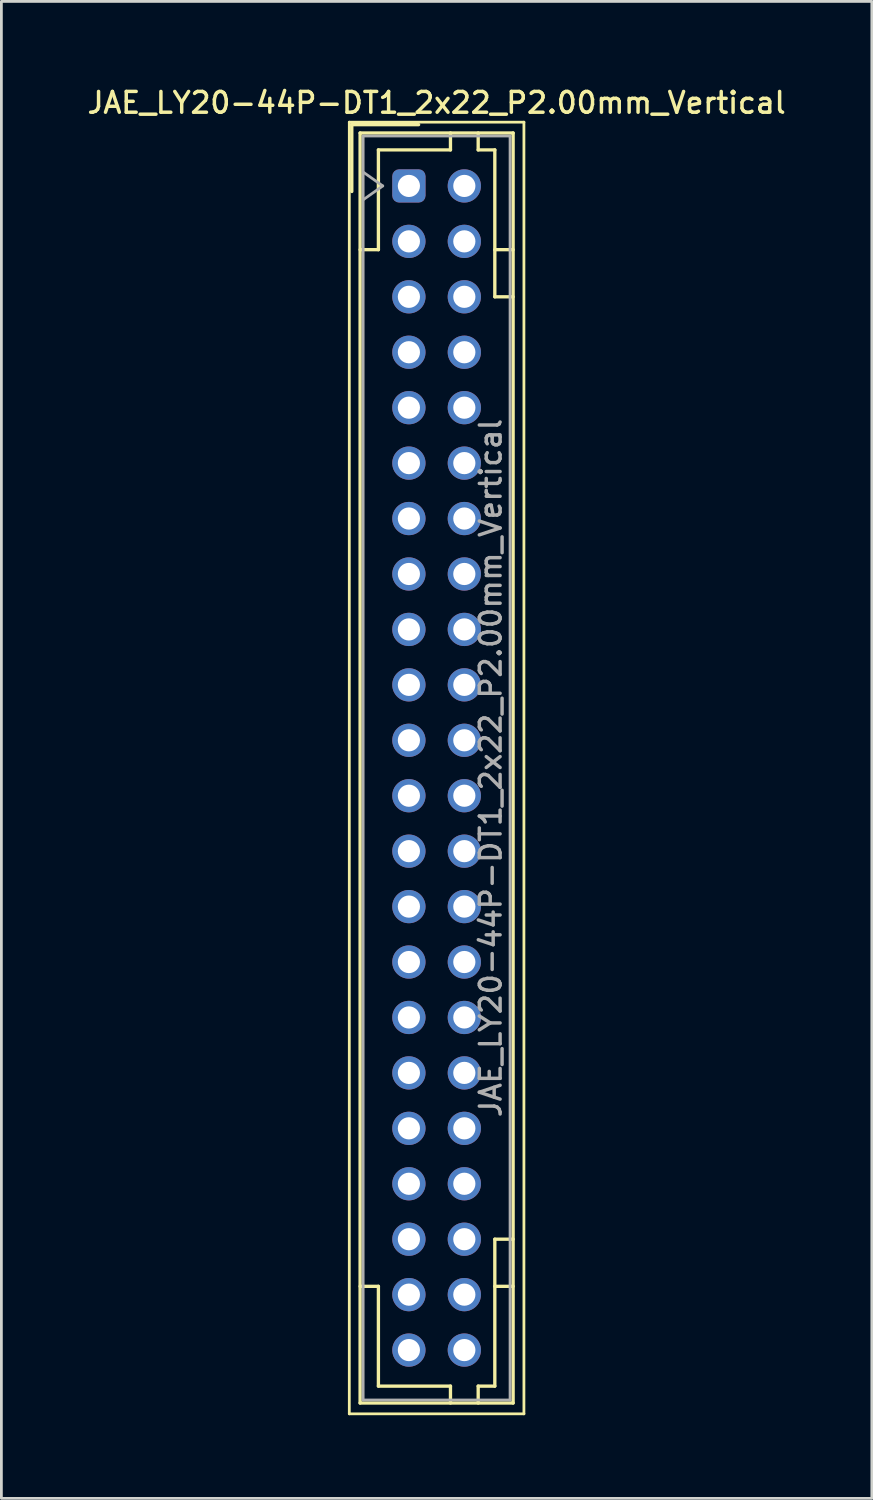
<source format=kicad_pcb>
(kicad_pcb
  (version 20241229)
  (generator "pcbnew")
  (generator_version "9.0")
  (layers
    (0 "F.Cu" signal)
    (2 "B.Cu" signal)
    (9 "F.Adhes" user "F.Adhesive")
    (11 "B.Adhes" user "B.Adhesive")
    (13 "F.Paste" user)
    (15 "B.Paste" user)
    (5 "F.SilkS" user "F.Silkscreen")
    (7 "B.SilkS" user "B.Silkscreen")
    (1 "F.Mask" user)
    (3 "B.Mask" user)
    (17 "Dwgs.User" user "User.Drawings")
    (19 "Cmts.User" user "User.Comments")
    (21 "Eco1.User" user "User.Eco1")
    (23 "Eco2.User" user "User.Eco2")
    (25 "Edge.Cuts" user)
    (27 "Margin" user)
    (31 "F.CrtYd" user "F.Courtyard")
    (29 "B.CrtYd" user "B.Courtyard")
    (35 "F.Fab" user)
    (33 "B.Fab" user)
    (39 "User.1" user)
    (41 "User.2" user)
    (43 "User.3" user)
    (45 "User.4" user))
  (footprint "JAE_LY20-44P-DT1_2x22_P2.00mm_Vertical"
    (layer "F.Cu")
    (at 11.702 3.658)
    (property "Reference" "JAE_LY20-44P-DT1_2x22_P2.00mm_Vertical" (at 1 -3 0) (layer "F.SilkS") (effects (font (size 0.75 0.75) (thickness 0.125))))
    (attr through_hole)
    (fp_line (start -2.15 -2.3) (end -2.15 44.3) (stroke (width 0.1) (type solid)) (layer "F.SilkS"))
    (fp_line (start -2.15 44.3) (end 4.15 44.3) (stroke (width 0.1) (type solid)) (layer "F.SilkS"))
    (fp_line (start -2.06 -2.21) (end -2.06 0.2) (stroke (width 0.12) (type solid)) (layer "F.SilkS"))
    (fp_line (start -1.76 -1.91) (end -1.76 43.91) (stroke (width 0.12) (type solid)) (layer "F.SilkS"))
    (fp_line (start -1.76 43.91) (end 3.76 43.91) (stroke (width 0.12) (type solid)) (layer "F.SilkS"))
    (fp_line (start -1.1 -1.3) (end -1.1 2.3) (stroke (width 0.12) (type solid)) (layer "F.SilkS"))
    (fp_line (start -1.1 2.3) (end -1.76 2.3) (stroke (width 0.12) (type solid)) (layer "F.SilkS"))
    (fp_line (start -1.1 39.7) (end -1.76 39.7) (stroke (width 0.12) (type solid)) (layer "F.SilkS"))
    (fp_line (start -1.1 43.3) (end -1.1 39.7) (stroke (width 0.12) (type solid)) (layer "F.SilkS"))
    (fp_line (start 0.35 -2.21) (end -2.06 -2.21) (stroke (width 0.12) (type solid)) (layer "F.SilkS"))
    (fp_line (start 1.5 -1.91) (end 1.5 -1.3) (stroke (width 0.12) (type solid)) (layer "F.SilkS"))
    (fp_line (start 1.5 -1.3) (end -1.1 -1.3) (stroke (width 0.12) (type solid)) (layer "F.SilkS"))
    (fp_line (start 1.5 43.3) (end -1.1 43.3) (stroke (width 0.12) (type solid)) (layer "F.SilkS"))
    (fp_line (start 1.5 43.91) (end 1.5 43.3) (stroke (width 0.12) (type solid)) (layer "F.SilkS"))
    (fp_line (start 2.5 -1.91) (end 2.5 -1.3) (stroke (width 0.12) (type solid)) (layer "F.SilkS"))
    (fp_line (start 2.5 -1.3) (end 3.1 -1.3) (stroke (width 0.12) (type solid)) (layer "F.SilkS"))
    (fp_line (start 2.5 43.3) (end 3.1 43.3) (stroke (width 0.12) (type solid)) (layer "F.SilkS"))
    (fp_line (start 2.5 43.91) (end 2.5 43.3) (stroke (width 0.12) (type solid)) (layer "F.SilkS"))
    (fp_line (start 3.1 -1.3) (end 3.1 4) (stroke (width 0.12) (type solid)) (layer "F.SilkS"))
    (fp_line (start 3.1 4) (end 3.76 4) (stroke (width 0.12) (type solid)) (layer "F.SilkS"))
    (fp_line (start 3.1 38) (end 3.76 38) (stroke (width 0.12) (type solid)) (layer "F.SilkS"))
    (fp_line (start 3.1 43.3) (end 3.1 38) (stroke (width 0.12) (type solid)) (layer "F.SilkS"))
    (fp_line (start 3.76 -1.91) (end -1.76 -1.91) (stroke (width 0.12) (type solid)) (layer "F.SilkS"))
    (fp_line (start 3.76 2.3) (end 3.1 2.3) (stroke (width 0.12) (type solid)) (layer "F.SilkS"))
    (fp_line (start 3.76 39.7) (end 3.1 39.7) (stroke (width 0.12) (type solid)) (layer "F.SilkS"))
    (fp_line (start 3.76 43.91) (end 3.76 -1.91) (stroke (width 0.12) (type solid)) (layer "F.SilkS"))
    (fp_line (start 4.15 -2.3) (end -2.15 -2.3) (stroke (width 0.1) (type solid)) (layer "F.SilkS"))
    (fp_line (start 4.15 44.3) (end 4.15 -2.3) (stroke (width 0.1) (type solid)) (layer "F.SilkS"))
    (fp_line (start -1.65 -1.8) (end -1.65 43.8) (stroke (width 0.1) (type solid)) (layer "F.Fab"))
    (fp_line (start -1.65 0.5) (end -0.943 0) (stroke (width 0.1) (type solid)) (layer "F.Fab"))
    (fp_line (start -1.65 43.8) (end 3.65 43.8) (stroke (width 0.1) (type solid)) (layer "F.Fab"))
    (fp_line (start -0.943 0) (end -1.65 -0.5) (stroke (width 0.1) (type solid)) (layer "F.Fab"))
    (fp_line (start 3.65 -1.8) (end -1.65 -1.8) (stroke (width 0.1) (type solid)) (layer "F.Fab"))
    (fp_line (start 3.65 43.8) (end 3.65 -1.8) (stroke (width 0.1) (type solid)) (layer "F.Fab"))
    (fp_text user "${REFERENCE}" (at 2.95 21 90) (layer "F.Fab") (effects (font (size 0.75 0.75) (thickness 0.125))))
    (pad "a1" thru_hole roundrect (at 0 0) (size 1.2 1.2) (drill 0.8) (layers "*.Cu" "*.Mask") (roundrect_rratio 0.208))
    (pad "a2" thru_hole circle (at 0 2) (size 1.2 1.2) (drill 0.8) (layers "*.Cu" "*.Mask"))
    (pad "a3" thru_hole circle (at 0 4) (size 1.2 1.2) (drill 0.8) (layers "*.Cu" "*.Mask"))
    (pad "a4" thru_hole circle (at 0 6) (size 1.2 1.2) (drill 0.8) (layers "*.Cu" "*.Mask"))
    (pad "a5" thru_hole circle (at 0 8) (size 1.2 1.2) (drill 0.8) (layers "*.Cu" "*.Mask"))
    (pad "a6" thru_hole circle (at 0 10) (size 1.2 1.2) (drill 0.8) (layers "*.Cu" "*.Mask"))
    (pad "a7" thru_hole circle (at 0 12) (size 1.2 1.2) (drill 0.8) (layers "*.Cu" "*.Mask"))
    (pad "a8" thru_hole circle (at 0 14) (size 1.2 1.2) (drill 0.8) (layers "*.Cu" "*.Mask"))
    (pad "a9" thru_hole circle (at 0 16) (size 1.2 1.2) (drill 0.8) (layers "*.Cu" "*.Mask"))
    (pad "a10" thru_hole circle (at 0 18) (size 1.2 1.2) (drill 0.8) (layers "*.Cu" "*.Mask"))
    (pad "a11" thru_hole circle (at 0 20) (size 1.2 1.2) (drill 0.8) (layers "*.Cu" "*.Mask"))
    (pad "a12" thru_hole circle (at 0 22) (size 1.2 1.2) (drill 0.8) (layers "*.Cu" "*.Mask"))
    (pad "a13" thru_hole circle (at 0 24) (size 1.2 1.2) (drill 0.8) (layers "*.Cu" "*.Mask"))
    (pad "a14" thru_hole circle (at 0 26) (size 1.2 1.2) (drill 0.8) (layers "*.Cu" "*.Mask"))
    (pad "a15" thru_hole circle (at 0 28) (size 1.2 1.2) (drill 0.8) (layers "*.Cu" "*.Mask"))
    (pad "a16" thru_hole circle (at 0 30) (size 1.2 1.2) (drill 0.8) (layers "*.Cu" "*.Mask"))
    (pad "a17" thru_hole circle (at 0 32) (size 1.2 1.2) (drill 0.8) (layers "*.Cu" "*.Mask"))
    (pad "a18" thru_hole circle (at 0 34) (size 1.2 1.2) (drill 0.8) (layers "*.Cu" "*.Mask"))
    (pad "a19" thru_hole circle (at 0 36) (size 1.2 1.2) (drill 0.8) (layers "*.Cu" "*.Mask"))
    (pad "a20" thru_hole circle (at 0 38) (size 1.2 1.2) (drill 0.8) (layers "*.Cu" "*.Mask"))
    (pad "a21" thru_hole circle (at 0 40) (size 1.2 1.2) (drill 0.8) (layers "*.Cu" "*.Mask"))
    (pad "a22" thru_hole circle (at 0 42) (size 1.2 1.2) (drill 0.8) (layers "*.Cu" "*.Mask"))
    (pad "b1" thru_hole circle (at 2 0) (size 1.2 1.2) (drill 0.8) (layers "*.Cu" "*.Mask"))
    (pad "b2" thru_hole circle (at 2 2) (size 1.2 1.2) (drill 0.8) (layers "*.Cu" "*.Mask"))
    (pad "b3" thru_hole circle (at 2 4) (size 1.2 1.2) (drill 0.8) (layers "*.Cu" "*.Mask"))
    (pad "b4" thru_hole circle (at 2 6) (size 1.2 1.2) (drill 0.8) (layers "*.Cu" "*.Mask"))
    (pad "b5" thru_hole circle (at 2 8) (size 1.2 1.2) (drill 0.8) (layers "*.Cu" "*.Mask"))
    (pad "b6" thru_hole circle (at 2 10) (size 1.2 1.2) (drill 0.8) (layers "*.Cu" "*.Mask"))
    (pad "b7" thru_hole circle (at 2 12) (size 1.2 1.2) (drill 0.8) (layers "*.Cu" "*.Mask"))
    (pad "b8" thru_hole circle (at 2 14) (size 1.2 1.2) (drill 0.8) (layers "*.Cu" "*.Mask"))
    (pad "b9" thru_hole circle (at 2 16) (size 1.2 1.2) (drill 0.8) (layers "*.Cu" "*.Mask"))
    (pad "b10" thru_hole circle (at 2 18) (size 1.2 1.2) (drill 0.8) (layers "*.Cu" "*.Mask"))
    (pad "b11" thru_hole circle (at 2 20) (size 1.2 1.2) (drill 0.8) (layers "*.Cu" "*.Mask"))
    (pad "b12" thru_hole circle (at 2 22) (size 1.2 1.2) (drill 0.8) (layers "*.Cu" "*.Mask"))
    (pad "b13" thru_hole circle (at 2 24) (size 1.2 1.2) (drill 0.8) (layers "*.Cu" "*.Mask"))
    (pad "b14" thru_hole circle (at 2 26) (size 1.2 1.2) (drill 0.8) (layers "*.Cu" "*.Mask"))
    (pad "b15" thru_hole circle (at 2 28) (size 1.2 1.2) (drill 0.8) (layers "*.Cu" "*.Mask"))
    (pad "b16" thru_hole circle (at 2 30) (size 1.2 1.2) (drill 0.8) (layers "*.Cu" "*.Mask"))
    (pad "b17" thru_hole circle (at 2 32) (size 1.2 1.2) (drill 0.8) (layers "*.Cu" "*.Mask"))
    (pad "b18" thru_hole circle (at 2 34) (size 1.2 1.2) (drill 0.8) (layers "*.Cu" "*.Mask"))
    (pad "b19" thru_hole circle (at 2 36) (size 1.2 1.2) (drill 0.8) (layers "*.Cu" "*.Mask"))
    (pad "b20" thru_hole circle (at 2 38) (size 1.2 1.2) (drill 0.8) (layers "*.Cu" "*.Mask"))
    (pad "b21" thru_hole circle (at 2 40) (size 1.2 1.2) (drill 0.8) (layers "*.Cu" "*.Mask"))
    (pad "b22" thru_hole circle (at 2 42) (size 1.2 1.2) (drill 0.8) (layers "*.Cu" "*.Mask")))
  (gr_rect
    (start -3 -3)
    (end 28.404 51.008)
    (stroke (width 0.1) (type default))
    (fill no)
    (layer "Edge.Cuts")))
</source>
